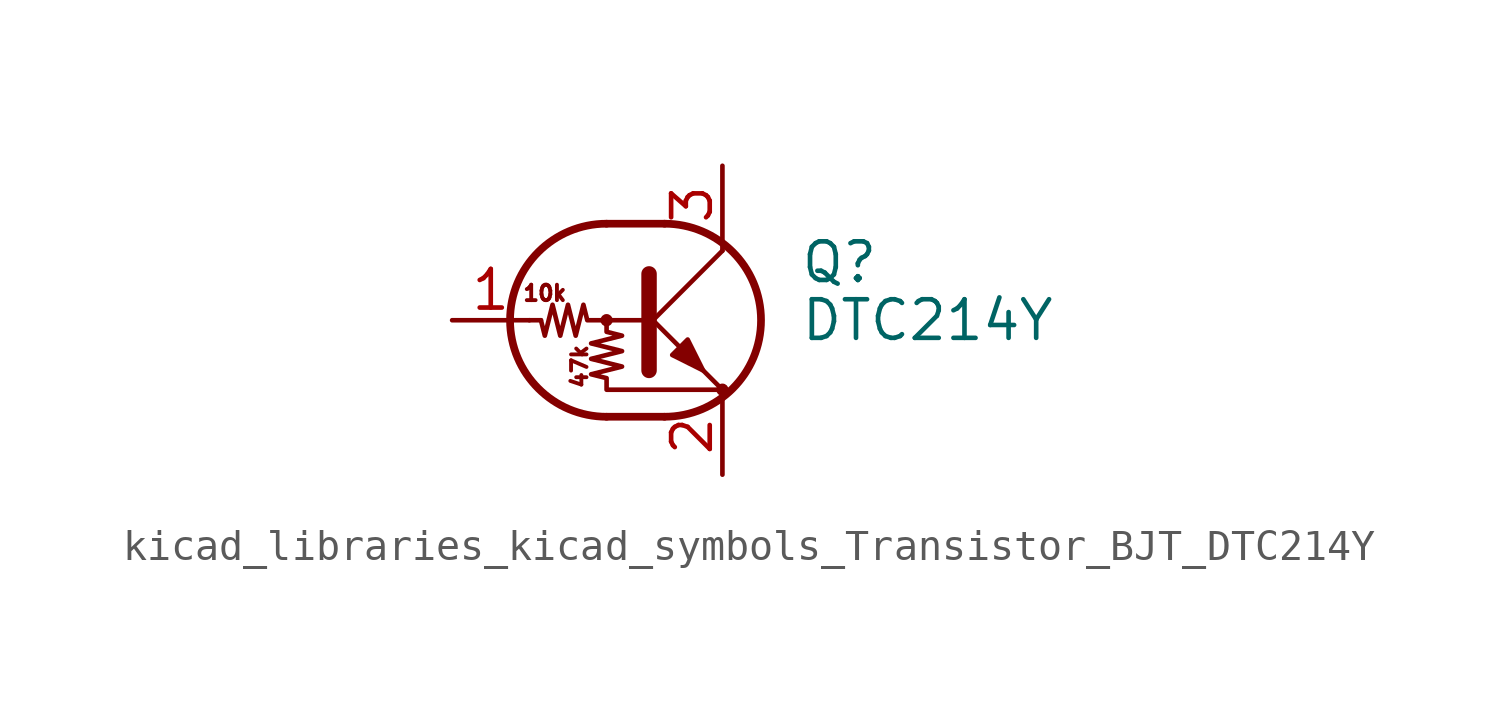
<source format=kicad_sym>
(kicad_symbol_lib
  (version 20220914)
  (generator kicad_symbol_editor)
  (symbol "kicad_libraries_kicad_symbols_Transistor_BJT_DTC214Y"
    (pin_names
      (offset 0) hide)
    (property "Reference" "Q"
      (at 5.08 1.905 0)
      (effects (font (size 1.27 1.27)) (justify left)))
    (property "Value" "DTC214Y"
      (at 5.08 0 0)
      (effects (font (size 1.27 1.27)) (justify left)))
    (symbol "kicad_libraries_kicad_symbols_Transistor_BJT_DTC214Y_0_0"
      (text "10k" (at -3.302 0.889 0) (effects (font (size 0.508 0.508))))
      (text "47k" (at -2.159 -1.524 900) (effects (font (size 0.508 0.508)))))
    (symbol "kicad_libraries_kicad_symbols_Transistor_BJT_DTC214Y_0_1"
      (circle (center -1.27 0) (radius 0.127) (stroke (width 0) (type default)) (fill (type none)))
      (arc (start -1.27 3.175) (mid -4.4312 0) (end -1.27 -3.175) (stroke (width 0.254) (type default)) (fill (type none)))
      (polyline (pts (xy -3.429 0) (xy -3.81 0)) (stroke (width 0) (type default)) (fill (type none)))
      (polyline (pts (xy -1.27 -3.175) (xy 0.635 -3.175)) (stroke (width 0.254) (type default)) (fill (type none)))
      (polyline (pts (xy -1.27 3.175) (xy 0.635 3.175)) (stroke (width 0.254) (type default)) (fill (type none)))
      (polyline (pts (xy 0 -0.254) (xy 2.54 2.286)) (stroke (width 0) (type default)) (fill (type none)))
      (polyline (pts (xy 0.127 1.524) (xy 0.127 -1.651)) (stroke (width 0.508) (type default)) (fill (type outline)))
      (polyline (pts (xy 2.54 2.286) (xy 2.54 2.54)) (stroke (width 0) (type default)) (fill (type none)))
      (polyline (pts (xy 2.54 -2.286) (xy 0 0.254) (xy 0 0.254)) (stroke (width 0) (type default)) (fill (type none)))
      (polyline (pts (xy 0.889 -1.143) (xy 1.397 -0.635) (xy 1.905 -1.651) (xy 0.889 -1.143)) (stroke (width 0) (type default)) (fill (type outline)))
      (polyline (pts (xy 0 0) (xy -1.905 0) (xy -2.032 0.508) (xy -2.286 -0.508) (xy -2.54 0.508) (xy -2.794 -0.508) (xy -3.048 0.508) (xy -3.302 -0.508) (xy -3.429 0)) (stroke (width 0) (type default)) (fill (type none)))
      (polyline (pts (xy -1.27 0) (xy -1.27 -0.381) (xy -0.762 -0.508) (xy -1.778 -0.762) (xy -0.762 -1.016) (xy -1.778 -1.27) (xy -0.762 -1.524) (xy -1.778 -1.778) (xy -1.27 -1.905) (xy -1.27 -2.286) (xy 2.54 -2.286)) (stroke (width 0) (type default)) (fill (type none)))
      (arc (start 0.635 -3.175) (mid 3.7962 0) (end 0.635 3.175) (stroke (width 0.254) (type default)) (fill (type none)))
      (circle (center 2.54 -2.286) (radius 0.127) (stroke (width 0) (type default)) (fill (type none))))
    (symbol "kicad_libraries_kicad_symbols_Transistor_BJT_DTC214Y_1_1"
      (pin input line (at -6.35 0 0) (length 2.54) (name "B" (effects (font (size 1.27 1.27)))) (number "1" (effects (font (size 1.27 1.27)))))
      (pin passive line (at 2.54 -5.08 90) (length 2.54) (name "E" (effects (font (size 1.27 1.27)))) (number "2" (effects (font (size 1.27 1.27)))))
      (pin passive line (at 2.54 5.08 270) (length 2.54) (name "C" (effects (font (size 1.27 1.27)))) (number "3" (effects (font (size 1.27 1.27))))))))
</source>
